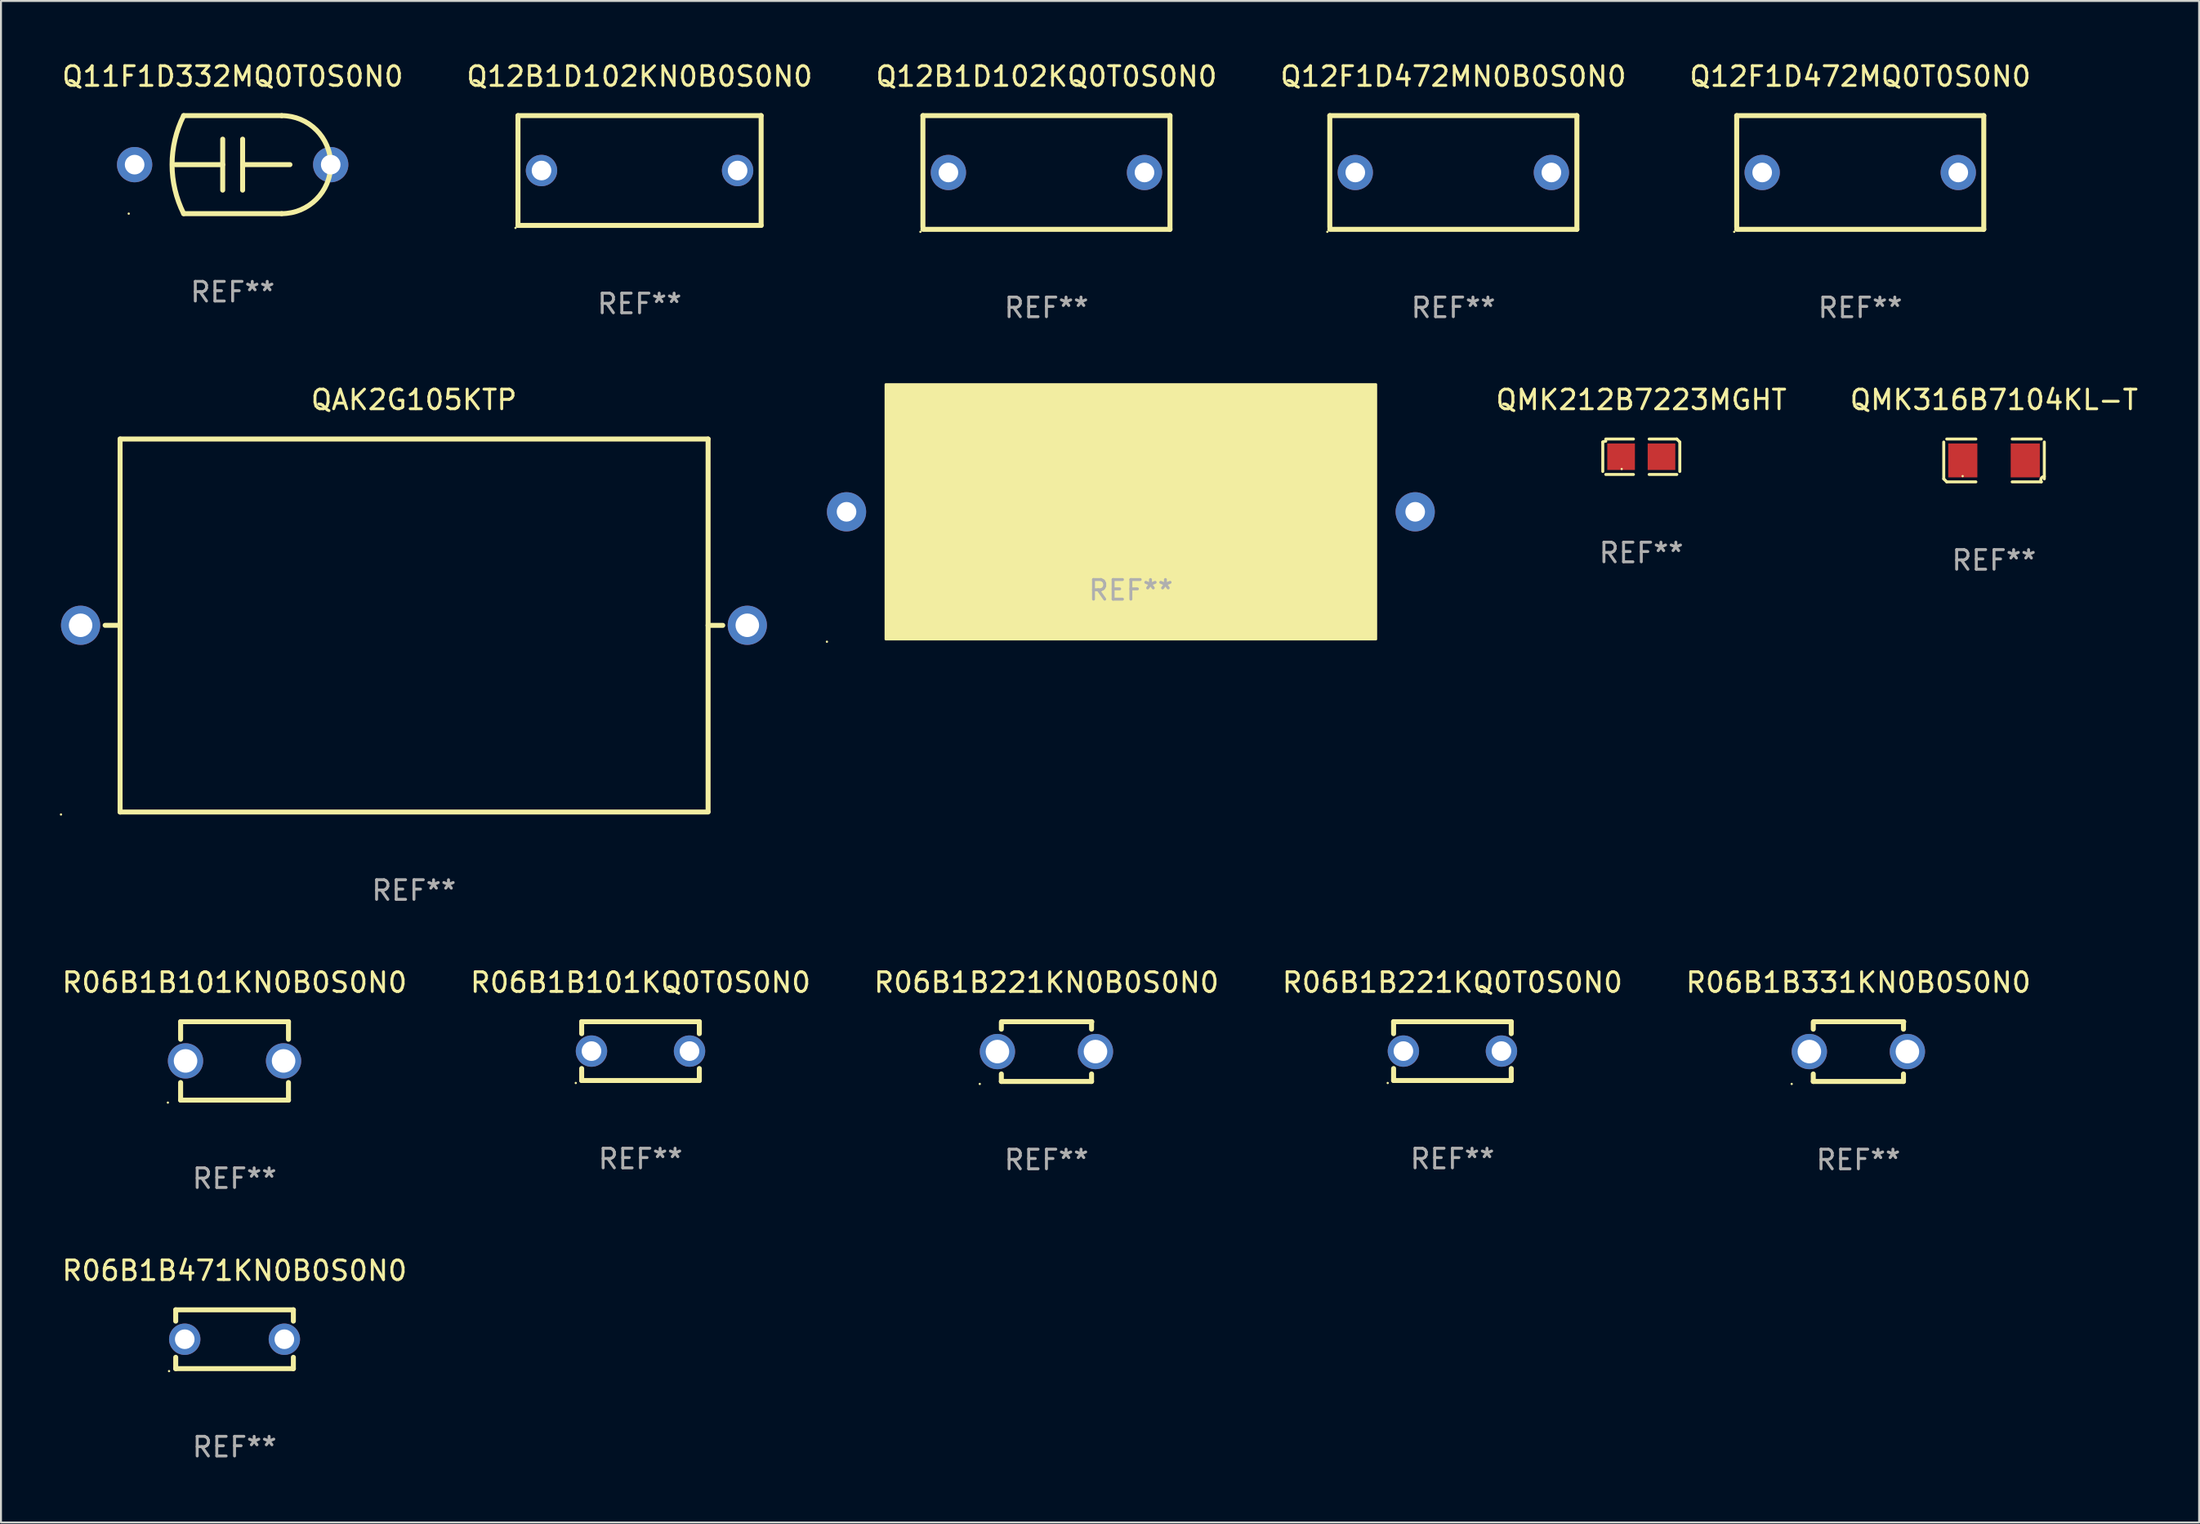
<source format=kicad_pcb>
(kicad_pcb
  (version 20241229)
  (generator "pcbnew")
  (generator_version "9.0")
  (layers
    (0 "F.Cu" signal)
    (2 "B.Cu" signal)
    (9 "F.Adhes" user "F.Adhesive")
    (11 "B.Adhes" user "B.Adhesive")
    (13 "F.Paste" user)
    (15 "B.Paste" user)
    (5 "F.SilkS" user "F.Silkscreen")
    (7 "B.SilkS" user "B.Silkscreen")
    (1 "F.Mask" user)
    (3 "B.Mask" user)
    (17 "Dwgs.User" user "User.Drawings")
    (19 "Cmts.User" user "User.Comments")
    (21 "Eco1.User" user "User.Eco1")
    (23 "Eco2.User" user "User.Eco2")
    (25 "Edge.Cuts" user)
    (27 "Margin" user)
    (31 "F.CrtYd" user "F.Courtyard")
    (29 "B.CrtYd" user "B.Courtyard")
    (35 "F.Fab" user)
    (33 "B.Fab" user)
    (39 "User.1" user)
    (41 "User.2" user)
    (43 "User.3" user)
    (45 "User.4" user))
  (footprint "QMK316B7104KL-T"
    (layer "F.Cu")
    (at 98.638 20.437)
    (property "Reference" "QMK316B7104KL-T" (at 0 -3.093 0) (layer "F.SilkS") (effects (font (size 1 1) (thickness 0.15))))
    (attr through_hole)
    (fp_line (start -2.564 0.94) (end -2.564 -0.94) (stroke (width 0.152) (type solid)) (layer "F.SilkS"))
    (fp_line (start -2.411 -1.093) (end -0.926 -1.093) (stroke (width 0.152) (type solid)) (layer "F.SilkS"))
    (fp_line (start -0.926 1.093) (end -2.411 1.093) (stroke (width 0.152) (type solid)) (layer "F.SilkS"))
    (fp_line (start 0.926 1.093) (end 2.411 1.093) (stroke (width 0.152) (type solid)) (layer "F.SilkS"))
    (fp_line (start 2.411 -1.093) (end 0.926 -1.093) (stroke (width 0.152) (type solid)) (layer "F.SilkS"))
    (fp_line (start 2.564 0.94) (end 2.564 -0.94) (stroke (width 0.152) (type solid)) (layer "F.SilkS"))
    (fp_arc (start -2.411201 1.092609) (mid -2.487413 1.01642) (end -2.563602 0.940208) (stroke (width 0.1524) (type solid)) (layer "F.SilkS"))
    (fp_arc (start 2.411201 1.092609) (mid 2.407159 0.911226) (end 2.563602 0.819347) (stroke (width 0.1524) (type solid)) (layer "F.SilkS"))
    (fp_circle (center -1.6 0.8) (end -1.57 0.8) (stroke (width 0.06) (type solid)) (fill no) (layer "F.SilkS"))
    (fp_text user "REF**" (at 0 5.093 0) (layer "F.Fab") (effects (font (size 1 1) (thickness 0.15))))
    (pad "1" smd rect (at -1.593 0) (size 1.485 1.728) (layers "F.Cu" "F.Mask" "F.Paste"))
    (pad "2" smd rect (at 1.593 0) (size 1.485 1.728) (layers "F.Cu" "F.Mask" "F.Paste")))
  (footprint "Q12B1D102KN0B0S0N0"
    (layer "F.Cu")
    (at 29.565 5.648)
    (property "Reference" "Q12B1D102KN0B0S0N0" (at 0 -4.8 0) (layer "F.SilkS") (effects (font (size 1 1) (thickness 0.15))))
    (attr through_hole)
    (fp_line (start -6.2 -2.8) (end 6.2 -2.8) (stroke (width 0.254) (type solid)) (layer "F.SilkS"))
    (fp_line (start -6.2 2.8) (end -6.2 -2.8) (stroke (width 0.254) (type solid)) (layer "F.SilkS"))
    (fp_line (start 6.2 -2.8) (end 6.2 2.8) (stroke (width 0.254) (type solid)) (layer "F.SilkS"))
    (fp_line (start 6.2 2.8) (end -6.2 2.8) (stroke (width 0.254) (type solid)) (layer "F.SilkS"))
    (fp_circle (center -6.327 2.927) (end -6.297 2.927) (stroke (width 0.06) (type solid)) (fill no) (layer "F.SilkS"))
    (fp_text user "REF**" (at 0 6.8 0) (layer "F.Fab") (effects (font (size 1 1) (thickness 0.15))))
    (pad "1" thru_hole circle (at -5 0) (size 1.6 1.6) (drill 1) (layers "*.Cu" "*.Mask"))
    (pad "2" thru_hole circle (at 5 0) (size 1.6 1.6) (drill 1) (layers "*.Cu" "*.Mask")))
  (footprint "R06B1B471KN0B0S0N0"
    (layer "F.Cu")
    (at 8.911 65.263)
    (property "Reference" "R06B1B471KN0B0S0N0" (at 0 -3.5 0) (layer "F.SilkS") (effects (font (size 1 1) (thickness 0.15))))
    (attr through_hole)
    (fp_line (start -3 -1.5) (end -3 -0.923) (stroke (width 0.254) (type solid)) (layer "F.SilkS"))
    (fp_line (start -3 -1.5) (end 3 -1.5) (stroke (width 0.254) (type solid)) (layer "F.SilkS"))
    (fp_line (start -3 0.923) (end -3 1.5) (stroke (width 0.254) (type solid)) (layer "F.SilkS"))
    (fp_line (start 3 -1.5) (end 3 -0.923) (stroke (width 0.254) (type solid)) (layer "F.SilkS"))
    (fp_line (start 3 0.923) (end 3 1.5) (stroke (width 0.254) (type solid)) (layer "F.SilkS"))
    (fp_line (start 3 1.5) (end -3 1.5) (stroke (width 0.254) (type solid)) (layer "F.SilkS"))
    (fp_circle (center -3.34 1.627) (end -3.31 1.627) (stroke (width 0.06) (type solid)) (fill no) (layer "F.SilkS"))
    (fp_text user "REF**" (at 0 5.5 0) (layer "F.Fab") (effects (font (size 1 1) (thickness 0.15))))
    (pad "1" thru_hole circle (at -2.54 0) (size 1.6 1.6) (drill 1) (layers "*.Cu" "*.Mask"))
    (pad "2" thru_hole circle (at 2.54 0) (size 1.6 1.6) (drill 1) (layers "*.Cu" "*.Mask")))
  (footprint "R06B1B221KQ0T0S0N0"
    (layer "F.Cu")
    (at 71.018 50.566)
    (property "Reference" "R06B1B221KQ0T0S0N0" (at 0 -3.5 0) (layer "F.SilkS") (effects (font (size 1 1) (thickness 0.15))))
    (attr through_hole)
    (fp_line (start -3 -1.5) (end -3 -0.889) (stroke (width 0.254) (type solid)) (layer "F.SilkS"))
    (fp_line (start -3 1.5) (end -3 0.889) (stroke (width 0.254) (type solid)) (layer "F.SilkS"))
    (fp_line (start 3 -1.5) (end -3 -1.5) (stroke (width 0.254) (type solid)) (layer "F.SilkS"))
    (fp_line (start 3 -0.889) (end 3 -1.5) (stroke (width 0.254) (type solid)) (layer "F.SilkS"))
    (fp_line (start 3 0.889) (end 3 1.5) (stroke (width 0.254) (type solid)) (layer "F.SilkS"))
    (fp_line (start 3 1.5) (end -3 1.5) (stroke (width 0.254) (type solid)) (layer "F.SilkS"))
    (fp_circle (center -3.3 1.627) (end -3.27 1.627) (stroke (width 0.06) (type solid)) (fill no) (layer "F.SilkS"))
    (fp_text user "REF**" (at 0 5.5 0) (layer "F.Fab") (effects (font (size 1 1) (thickness 0.15))))
    (pad "1" thru_hole circle (at -2.5 0) (size 1.6 1.6) (drill 1) (layers "*.Cu" "*.Mask"))
    (pad "2" thru_hole circle (at 2.5 0) (size 1.6 1.6) (drill 1) (layers "*.Cu" "*.Mask")))
  (footprint "R06B1B221KN0B0S0N0"
    (layer "F.Cu")
    (at 50.315 50.59)
    (property "Reference" "R06B1B221KN0B0S0N0" (at 0 -3.524 0) (layer "F.SilkS") (effects (font (size 1 1) (thickness 0.15))))
    (attr through_hole)
    (fp_line (start -2.3 -1.5) (end -2.3 -1.143) (stroke (width 0.254) (type solid)) (layer "F.SilkS"))
    (fp_line (start -2.3 1.524) (end -2.3 1.143) (stroke (width 0.254) (type solid)) (layer "F.SilkS"))
    (fp_line (start -2.286 -1.524) (end 2.314 -1.524) (stroke (width 0.254) (type solid)) (layer "F.SilkS"))
    (fp_line (start 2.3 -1.5) (end 2.3 -1.143) (stroke (width 0.254) (type solid)) (layer "F.SilkS"))
    (fp_line (start 2.3 1.524) (end -2.3 1.524) (stroke (width 0.254) (type solid)) (layer "F.SilkS"))
    (fp_line (start 2.3 1.524) (end 2.3 1.143) (stroke (width 0.254) (type solid)) (layer "F.SilkS"))
    (fp_circle (center -3.4 1.651) (end -3.37 1.651) (stroke (width 0.06) (type solid)) (fill no) (layer "F.SilkS"))
    (fp_text user "REF**" (at 0 5.524 0) (layer "F.Fab") (effects (font (size 1 1) (thickness 0.15))))
    (pad "1" thru_hole circle (at -2.5 0) (size 1.8 1.8) (drill 1.2) (layers "*.Cu" "*.Mask"))
    (pad "2" thru_hole circle (at 2.5 0) (size 1.8 1.8) (drill 1.2) (layers "*.Cu" "*.Mask")))
  (footprint "R06B1B101KN0B0S0N0"
    (layer "F.Cu")
    (at 8.911 51.066)
    (property "Reference" "R06B1B101KN0B0S0N0" (at 0 -4 0) (layer "F.SilkS") (effects (font (size 1 1) (thickness 0.15))))
    (attr through_hole)
    (fp_line (start -2.75 -2) (end -2.75 -1.103) (stroke (width 0.254) (type solid)) (layer "F.SilkS"))
    (fp_line (start -2.75 -2) (end 2.75 -2) (stroke (width 0.254) (type solid)) (layer "F.SilkS"))
    (fp_line (start -2.75 1.103) (end -2.75 2) (stroke (width 0.254) (type solid)) (layer "F.SilkS"))
    (fp_line (start 2.75 -2) (end 2.75 -1.103) (stroke (width 0.254) (type solid)) (layer "F.SilkS"))
    (fp_line (start 2.75 1.103) (end 2.75 2) (stroke (width 0.254) (type solid)) (layer "F.SilkS"))
    (fp_line (start 2.75 2) (end -2.75 2) (stroke (width 0.254) (type solid)) (layer "F.SilkS"))
    (fp_circle (center -3.4 2.127) (end -3.37 2.127) (stroke (width 0.06) (type solid)) (fill no) (layer "F.SilkS"))
    (fp_text user "REF**" (at 0 6 0) (layer "F.Fab") (effects (font (size 1 1) (thickness 0.15))))
    (pad "1" thru_hole circle (at -2.5 0) (size 1.8 1.8) (drill 1.2) (layers "*.Cu" "*.Mask"))
    (pad "2" thru_hole circle (at 2.5 0) (size 1.8 1.8) (drill 1.2) (layers "*.Cu" "*.Mask")))
  (footprint "QAK2G105KTP"
    (layer "F.Cu")
    (at 18.06 28.857)
    (property "Reference" "QAK2G105KTP" (at 0 -11.513 0) (layer "F.SilkS") (effects (font (size 1 1) (thickness 0.15))))
    (attr through_hole)
    (fp_line (start -14.986 -9.513) (end -14.986 9.513) (stroke (width 0.254) (type solid)) (layer "F.SilkS"))
    (fp_line (start -14.986 -0.01) (end -15.748 -0.01) (stroke (width 0.254) (type solid)) (layer "F.SilkS"))
    (fp_line (start -14.986 9.513) (end 15 9.513) (stroke (width 0.254) (type solid)) (layer "F.SilkS"))
    (fp_line (start 15 -9.513) (end -14.986 -9.513) (stroke (width 0.254) (type solid)) (layer "F.SilkS"))
    (fp_line (start 15 -0.008) (end 15.748 -0.008) (stroke (width 0.254) (type solid)) (layer "F.SilkS"))
    (fp_line (start 15 9.488) (end 15 -9.513) (stroke (width 0.254) (type solid)) (layer "F.SilkS"))
    (fp_circle (center -18 9.64) (end -17.97 9.64) (stroke (width 0.06) (type solid)) (fill no) (layer "F.SilkS"))
    (fp_text user "REF**" (at 0 13.513 0) (layer "F.Fab") (effects (font (size 1 1) (thickness 0.15))))
    (pad "1" thru_hole circle (at -17 -0.012) (size 2 2) (drill 1.2) (layers "*.Cu" "*.Mask"))
    (pad "2" thru_hole circle (at 17 -0.012) (size 2 2) (drill 1.2) (layers "*.Cu" "*.Mask")))
  (footprint "QAK2G564JTP"
    (layer "F.Cu")
    (at 54.62 23.057)
    (property "Reference" "QAK2G564JTP" (at 0 -2 0) (layer "F.SilkS") (effects (font (size 1 1) (thickness 0.15))))
    (attr through_hole)
    (fp_circle (center -15.5 6.627) (end -15.47 6.627) (stroke (width 0.06) (type solid)) (fill no) (layer "F.SilkS"))
    (fp_poly (pts (xy -12.5 -6.5) (xy 12.5 -6.5) (xy 12.5 6.5) (xy -12.5 6.5)) (stroke (width 0.12) (type solid)) (fill yes) (layer "F.SilkS"))
    (fp_text user "REF**" (at 0 4 0) (layer "F.Fab") (effects (font (size 1 1) (thickness 0.15))))
    (pad "1" thru_hole circle (at -14.5 0) (size 2 2) (drill 1) (layers "*.Cu" "*.Mask"))
    (pad "2" thru_hole circle (at 14.5 0) (size 2 2) (drill 1) (layers "*.Cu" "*.Mask")))
  (footprint "R06B1B331KN0B0S0N0"
    (layer "F.Cu")
    (at 91.72 50.59)
    (property "Reference" "R06B1B331KN0B0S0N0" (at 0 -3.524 0) (layer "F.SilkS") (effects (font (size 1 1) (thickness 0.15))))
    (attr through_hole)
    (fp_line (start -2.3 -1.5) (end -2.3 -1.143) (stroke (width 0.254) (type solid)) (layer "F.SilkS"))
    (fp_line (start -2.3 1.524) (end -2.3 1.143) (stroke (width 0.254) (type solid)) (layer "F.SilkS"))
    (fp_line (start -2.286 -1.524) (end 2.314 -1.524) (stroke (width 0.254) (type solid)) (layer "F.SilkS"))
    (fp_line (start 2.3 -1.5) (end 2.3 -1.143) (stroke (width 0.254) (type solid)) (layer "F.SilkS"))
    (fp_line (start 2.3 1.524) (end -2.3 1.524) (stroke (width 0.254) (type solid)) (layer "F.SilkS"))
    (fp_line (start 2.3 1.524) (end 2.3 1.143) (stroke (width 0.254) (type solid)) (layer "F.SilkS"))
    (fp_circle (center -3.4 1.651) (end -3.37 1.651) (stroke (width 0.06) (type solid)) (fill no) (layer "F.SilkS"))
    (fp_text user "REF**" (at 0 5.524 0) (layer "F.Fab") (effects (font (size 1 1) (thickness 0.15))))
    (pad "1" thru_hole circle (at -2.5 0) (size 1.8 1.8) (drill 1.2) (layers "*.Cu" "*.Mask"))
    (pad "2" thru_hole circle (at 2.5 0) (size 1.8 1.8) (drill 1.2) (layers "*.Cu" "*.Mask")))
  (footprint "Q12B1D102KQ0T0S0N0"
    (layer "F.Cu")
    (at 50.315 5.748)
    (property "Reference" "Q12B1D102KQ0T0S0N0" (at 0 -4.9 0) (layer "F.SilkS") (effects (font (size 1 1) (thickness 0.15))))
    (attr through_hole)
    (fp_line (start -6.3 -2.9) (end -6.3 2.794) (stroke (width 0.254) (type solid)) (layer "F.SilkS"))
    (fp_line (start -6.3 -2.9) (end 6.3 -2.9) (stroke (width 0.254) (type solid)) (layer "F.SilkS"))
    (fp_line (start -6.3 2.9) (end 6.3 2.9) (stroke (width 0.254) (type solid)) (layer "F.SilkS"))
    (fp_line (start 6.3 -2.9) (end 6.3 2.9) (stroke (width 0.254) (type solid)) (layer "F.SilkS"))
    (fp_circle (center -6.427 3.027) (end -6.397 3.027) (stroke (width 0.06) (type solid)) (fill no) (layer "F.SilkS"))
    (fp_text user "REF**" (at 0 6.9 0) (layer "F.Fab") (effects (font (size 1 1) (thickness 0.15))))
    (pad "1" thru_hole circle (at -5 0) (size 1.8 1.8) (drill 1) (layers "*.Cu" "*.Mask"))
    (pad "2" thru_hole circle (at 5 0) (size 1.8 1.8) (drill 1) (layers "*.Cu" "*.Mask")))
  (footprint "QMK212B7223MGHT"
    (layer "F.Cu")
    (at 80.65 20.248)
    (property "Reference" "QMK212B7223MGHT" (at 0 -2.904 0) (layer "F.SilkS") (effects (font (size 1 1) (thickness 0.15))))
    (attr through_hole)
    (fp_line (start -1.964 0.751) (end -1.964 -0.751) (stroke (width 0.152) (type solid)) (layer "F.SilkS"))
    (fp_line (start -1.811 -0.904) (end -0.401 -0.904) (stroke (width 0.152) (type solid)) (layer "F.SilkS"))
    (fp_line (start -0.401 0.904) (end -1.811 0.904) (stroke (width 0.152) (type solid)) (layer "F.SilkS"))
    (fp_line (start 0.401 0.904) (end 1.811 0.904) (stroke (width 0.152) (type solid)) (layer "F.SilkS"))
    (fp_line (start 1.811 -0.904) (end 0.401 -0.904) (stroke (width 0.152) (type solid)) (layer "F.SilkS"))
    (fp_line (start 1.964 0.751) (end 1.964 -0.751) (stroke (width 0.152) (type solid)) (layer "F.SilkS"))
    (fp_arc (start -1.963602 -0.751207) (mid -1.890354 -0.783131) (end -1.811201 -0.794044) (stroke (width 0.1524) (type solid)) (layer "F.SilkS"))
    (fp_arc (start 1.811202 -0.903607) (mid 1.887413 -0.827418) (end 1.963602 -0.751207) (stroke (width 0.1524) (type solid)) (layer "F.SilkS"))
    (fp_circle (center -1 0.625) (end -0.97 0.625) (stroke (width 0.06) (type solid)) (fill no) (layer "F.SilkS"))
    (fp_text user "REF**" (at 0 4.904 0) (layer "F.Fab") (effects (font (size 1 1) (thickness 0.15))))
    (pad "1" smd rect (at -1.03 0) (size 1.41 1.35) (layers "F.Cu" "F.Mask" "F.Paste"))
    (pad "2" smd rect (at 1.03 0) (size 1.41 1.35) (layers "F.Cu" "F.Mask" "F.Paste")))
  (footprint "Q12F1D472MN0B0S0N0"
    (layer "F.Cu")
    (at 71.065 5.748)
    (property "Reference" "Q12F1D472MN0B0S0N0" (at 0 -4.9 0) (layer "F.SilkS") (effects (font (size 1 1) (thickness 0.15))))
    (attr through_hole)
    (fp_line (start -6.3 -2.9) (end -6.3 2.794) (stroke (width 0.254) (type solid)) (layer "F.SilkS"))
    (fp_line (start -6.3 -2.9) (end 6.3 -2.9) (stroke (width 0.254) (type solid)) (layer "F.SilkS"))
    (fp_line (start -6.3 2.9) (end 6.3 2.9) (stroke (width 0.254) (type solid)) (layer "F.SilkS"))
    (fp_line (start 6.3 -2.9) (end 6.3 2.9) (stroke (width 0.254) (type solid)) (layer "F.SilkS"))
    (fp_circle (center -6.427 3.027) (end -6.397 3.027) (stroke (width 0.06) (type solid)) (fill no) (layer "F.SilkS"))
    (fp_text user "REF**" (at 0 6.9 0) (layer "F.Fab") (effects (font (size 1 1) (thickness 0.15))))
    (pad "1" thru_hole circle (at -5 0) (size 1.8 1.8) (drill 1) (layers "*.Cu" "*.Mask"))
    (pad "2" thru_hole circle (at 5 0) (size 1.8 1.8) (drill 1) (layers "*.Cu" "*.Mask")))
  (footprint "R06B1B101KQ0T0S0N0"
    (layer "F.Cu")
    (at 29.613 50.566)
    (property "Reference" "R06B1B101KQ0T0S0N0" (at 0 -3.5 0) (layer "F.SilkS") (effects (font (size 1 1) (thickness 0.15))))
    (attr through_hole)
    (fp_line (start -3 -1.5) (end -3 -0.889) (stroke (width 0.254) (type solid)) (layer "F.SilkS"))
    (fp_line (start -3 1.5) (end -3 0.889) (stroke (width 0.254) (type solid)) (layer "F.SilkS"))
    (fp_line (start 3 -1.5) (end -3 -1.5) (stroke (width 0.254) (type solid)) (layer "F.SilkS"))
    (fp_line (start 3 -0.889) (end 3 -1.5) (stroke (width 0.254) (type solid)) (layer "F.SilkS"))
    (fp_line (start 3 0.889) (end 3 1.5) (stroke (width 0.254) (type solid)) (layer "F.SilkS"))
    (fp_line (start 3 1.5) (end -3 1.5) (stroke (width 0.254) (type solid)) (layer "F.SilkS"))
    (fp_circle (center -3.3 1.627) (end -3.27 1.627) (stroke (width 0.06) (type solid)) (fill no) (layer "F.SilkS"))
    (fp_text user "REF**" (at 0 5.5 0) (layer "F.Fab") (effects (font (size 1 1) (thickness 0.15))))
    (pad "1" thru_hole circle (at -2.5 0) (size 1.6 1.6) (drill 1) (layers "*.Cu" "*.Mask"))
    (pad "2" thru_hole circle (at 2.5 0) (size 1.6 1.6) (drill 1) (layers "*.Cu" "*.Mask")))
  (footprint "Q12F1D472MQ0T0S0N0"
    (layer "F.Cu")
    (at 91.815 5.748)
    (property "Reference" "Q12F1D472MQ0T0S0N0" (at 0 -4.9 0) (layer "F.SilkS") (effects (font (size 1 1) (thickness 0.15))))
    (attr through_hole)
    (fp_line (start -6.3 -2.9) (end -6.3 2.794) (stroke (width 0.254) (type solid)) (layer "F.SilkS"))
    (fp_line (start -6.3 -2.9) (end 6.3 -2.9) (stroke (width 0.254) (type solid)) (layer "F.SilkS"))
    (fp_line (start -6.3 2.9) (end 6.3 2.9) (stroke (width 0.254) (type solid)) (layer "F.SilkS"))
    (fp_line (start 6.3 -2.9) (end 6.3 2.9) (stroke (width 0.254) (type solid)) (layer "F.SilkS"))
    (fp_circle (center -6.427 3.027) (end -6.397 3.027) (stroke (width 0.06) (type solid)) (fill no) (layer "F.SilkS"))
    (fp_text user "REF**" (at 0 6.9 0) (layer "F.Fab") (effects (font (size 1 1) (thickness 0.15))))
    (pad "1" thru_hole circle (at -5 0) (size 1.8 1.8) (drill 1) (layers "*.Cu" "*.Mask"))
    (pad "2" thru_hole circle (at 5 0) (size 1.8 1.8) (drill 1) (layers "*.Cu" "*.Mask")))
  (footprint "Q11F1D332MQ0T0S0N0"
    (layer "F.Cu")
    (at 8.815 5.348)
    (property "Reference" "Q11F1D332MQ0T0S0N0" (at 0 -4.5 0) (layer "F.SilkS") (effects (font (size 1 1) (thickness 0.15))))
    (attr through_hole)
    (fp_line (start -2.5 -2.5) (end 2.5 -2.5) (stroke (width 0.254) (type solid)) (layer "F.SilkS"))
    (fp_line (start -0.508 -1.3) (end -0.508 1.3) (stroke (width 0.254) (type solid)) (layer "F.SilkS"))
    (fp_line (start -0.508 0.000305) (end -2.921 0.000305) (stroke (width 0.254) (type solid)) (layer "F.SilkS"))
    (fp_line (start 0.508 -0.000305) (end 2.921 -0.000305) (stroke (width 0.254) (type solid)) (layer "F.SilkS"))
    (fp_line (start 0.508 1.3) (end 0.508 -1.3) (stroke (width 0.254) (type solid)) (layer "F.SilkS"))
    (fp_line (start 2.5 2.5) (end -2.5 2.5) (stroke (width 0.254) (type solid)) (layer "F.SilkS"))
    (fp_arc (start -2.499365 2.499365) (mid -3.089676 -0.000243) (end -2.5 -2.5) (stroke (width 0.254001) (type solid)) (layer "F.SilkS"))
    (fp_arc (start 2.499366 -2.499364) (mid 4.99906 0.000001) (end 2.5 2.5) (stroke (width 0.254001) (type solid)) (layer "F.SilkS"))
    (fp_circle (center -5.3 2.5) (end -5.27 2.5) (stroke (width 0.06) (type solid)) (fill no) (layer "F.SilkS"))
    (fp_text user "REF**" (at 0 6.5 0) (layer "F.Fab") (effects (font (size 1 1) (thickness 0.15))))
    (pad "1" thru_hole circle (at -5 0) (size 1.8 1.8) (drill 1) (layers "*.Cu" "*.Mask"))
    (pad "2" thru_hole circle (at 5 0) (size 1.8 1.8) (drill 1) (layers "*.Cu" "*.Mask")))
  (gr_rect
    (start -3 -3)
    (end 109.096 74.611)
    (stroke (width 0.1) (type default))
    (fill no)
    (layer "Edge.Cuts")))
</source>
